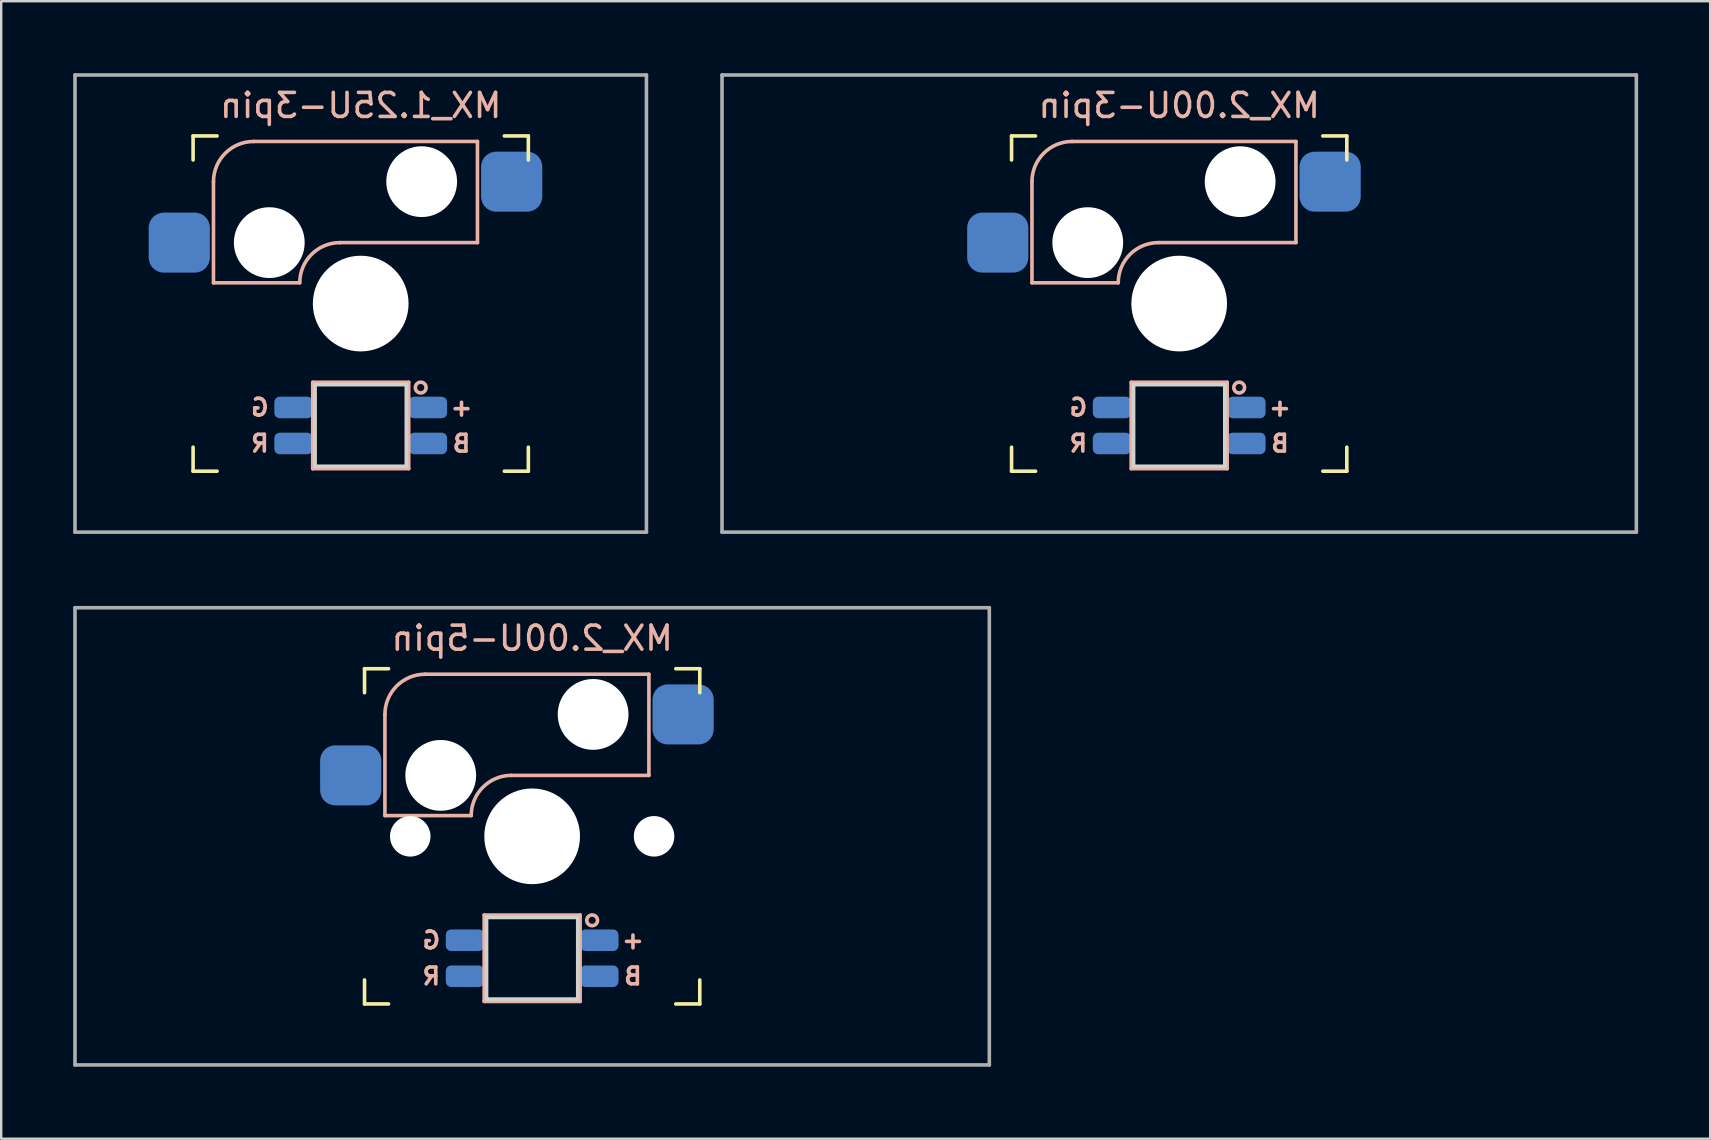
<source format=kicad_pcb>
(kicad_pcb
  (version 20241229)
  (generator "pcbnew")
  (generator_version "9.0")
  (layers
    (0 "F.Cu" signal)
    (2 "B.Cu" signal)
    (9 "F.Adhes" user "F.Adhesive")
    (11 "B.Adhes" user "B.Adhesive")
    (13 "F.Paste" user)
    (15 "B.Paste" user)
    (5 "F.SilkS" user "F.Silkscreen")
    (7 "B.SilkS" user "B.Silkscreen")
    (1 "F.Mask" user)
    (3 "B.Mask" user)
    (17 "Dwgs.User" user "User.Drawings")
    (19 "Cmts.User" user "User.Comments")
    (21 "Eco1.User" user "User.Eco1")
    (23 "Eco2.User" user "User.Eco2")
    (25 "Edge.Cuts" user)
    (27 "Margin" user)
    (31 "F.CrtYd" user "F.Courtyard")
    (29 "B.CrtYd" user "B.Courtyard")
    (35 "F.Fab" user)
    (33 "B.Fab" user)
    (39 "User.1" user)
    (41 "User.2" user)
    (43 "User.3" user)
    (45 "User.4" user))
  (footprint "MX_2.00U-5pin"
    (layer "F.Cu")
    (at 19.125 31.8)
    (property "Reference" "MX_2.00U-5pin" (at 0 -8.255 0) (layer "B.SilkS") (effects (font (size 1 1) (thickness 0.15)) (justify mirror)))
    (attr smd)
    (fp_line (start -6.985 -5.985) (end -6.985 -6.985) (stroke (width 0.15) (type solid)) (layer "F.SilkS"))
    (fp_line (start -6.985 6.985) (end -6.985 5.985) (stroke (width 0.15) (type solid)) (layer "F.SilkS"))
    (fp_line (start -6.985 6.985) (end -5.985 6.985) (stroke (width 0.15) (type solid)) (layer "F.SilkS"))
    (fp_line (start -5.985 -6.985) (end -6.985 -6.985) (stroke (width 0.15) (type solid)) (layer "F.SilkS"))
    (fp_line (start 5.985 6.985) (end 6.985 6.985) (stroke (width 0.15) (type solid)) (layer "F.SilkS"))
    (fp_line (start 6.985 -6.985) (end 5.985 -6.985) (stroke (width 0.15) (type solid)) (layer "F.SilkS"))
    (fp_line (start 6.985 -6.985) (end 6.985 -5.985) (stroke (width 0.15) (type solid)) (layer "F.SilkS"))
    (fp_line (start 6.985 5.985) (end 6.985 6.985) (stroke (width 0.15) (type solid)) (layer "F.SilkS"))
    (fp_line (start -6.135 -5.08) (end -6.135 -0.865) (stroke (width 0.15) (type solid)) (layer "B.SilkS"))
    (fp_line (start -6.135 -0.865) (end -2.54 -0.865) (stroke (width 0.15) (type solid)) (layer "B.SilkS"))
    (fp_line (start -4.46 -6.755) (end 4.865 -6.755) (stroke (width 0.15) (type solid)) (layer "B.SilkS"))
    (fp_line (start -2 3.28) (end -2 6.88) (stroke (width 0.15) (type solid)) (layer "B.SilkS"))
    (fp_line (start -2 6.88) (end 2 6.88) (stroke (width 0.15) (type solid)) (layer "B.SilkS"))
    (fp_line (start -0.865 -2.54) (end 4.865 -2.54) (stroke (width 0.15) (type solid)) (layer "B.SilkS"))
    (fp_line (start 2 3.28) (end -2 3.28) (stroke (width 0.15) (type solid)) (layer "B.SilkS"))
    (fp_line (start 2 6.88) (end 2 3.28) (stroke (width 0.15) (type solid)) (layer "B.SilkS"))
    (fp_line (start 4.865 -6.755) (end 4.865 -2.54) (stroke (width 0.15) (type solid)) (layer "B.SilkS"))
    (fp_arc (start -6.135 -5.08) (mid -5.644404 -6.264404) (end -4.46 -6.755) (stroke (width 0.15) (type solid)) (layer "B.SilkS"))
    (fp_arc (start -2.54 -0.865) (mid -2.049404 -2.049404) (end -0.865 -2.54) (stroke (width 0.15) (type solid)) (layer "B.SilkS"))
    (fp_circle (center 2.5 3.5) (end 2.724 3.5) (stroke (width 0.15) (type solid)) (fill no) (layer "B.SilkS"))
    (fp_line (start -6.985 6.985) (end -6.985 -6.985) (stroke (width 0.15) (type solid)) (layer "Eco2.User"))
    (fp_line (start -6.985 6.985) (end 6.985 6.985) (stroke (width 0.15) (type solid)) (layer "Eco2.User"))
    (fp_line (start 6.985 -6.985) (end -6.985 -6.985) (stroke (width 0.15) (type solid)) (layer "Eco2.User"))
    (fp_line (start 6.985 -6.985) (end 6.985 6.985) (stroke (width 0.15) (type solid)) (layer "Eco2.User"))
    (fp_line (start -1.9 3.38) (end -1.9 6.78) (stroke (width 0.15) (type solid)) (layer "Edge.Cuts"))
    (fp_line (start -1.9 3.38) (end 1.9 3.38) (stroke (width 0.15) (type solid)) (layer "Edge.Cuts"))
    (fp_line (start -1.9 6.78) (end 1.9 6.78) (stroke (width 0.15) (type solid)) (layer "Edge.Cuts"))
    (fp_line (start 1.9 3.38) (end 1.9 6.78) (stroke (width 0.15) (type solid)) (layer "Edge.Cuts"))
    (fp_line (start -19.05 -9.525) (end 19.05 -9.525) (stroke (width 0.15) (type solid)) (layer "F.Fab"))
    (fp_line (start -19.05 9.525) (end -19.05 -9.525) (stroke (width 0.15) (type solid)) (layer "F.Fab"))
    (fp_line (start 19.05 -9.525) (end 19.05 9.525) (stroke (width 0.15) (type solid)) (layer "F.Fab"))
    (fp_line (start 19.05 9.525) (end -19.05 9.525) (stroke (width 0.15) (type solid)) (layer "F.Fab"))
    (fp_text user "B" (at 4.2 5.83 0) (layer "B.SilkS") (effects (font (size 0.7 0.7) (thickness 0.15)) (justify mirror)))
    (fp_text user "R" (at -4.2 5.83 0) (layer "B.SilkS") (effects (font (size 0.7 0.7) (thickness 0.15)) (justify mirror)))
    (fp_text user "+" (at 4.2 4.33 0) (layer "B.SilkS") (effects (font (size 0.7 0.7) (thickness 0.15)) (justify mirror)))
    (fp_text user "G" (at -4.2 4.33 0) (layer "B.SilkS") (effects (font (size 0.7 0.7) (thickness 0.15)) (justify mirror)))
    (pad "" np_thru_hole circle (at -5.08 0) (size 1.688 1.688) (drill 1.688) (layers "*.Cu" "*.Mask"))
    (pad "" np_thru_hole circle (at -3.81 -2.54) (size 2.95 2.95) (drill 2.95) (layers "*.Cu" "*.Mask"))
    (pad "" np_thru_hole circle (at 0 0) (size 3.988 3.988) (drill 3.988) (layers "*.Cu" "*.Mask"))
    (pad "" np_thru_hole circle (at 2.54 -5.08) (size 2.95 2.95) (drill 2.95) (layers "*.Cu" "*.Mask"))
    (pad "" np_thru_hole circle (at 5.08 0) (size 1.688 1.688) (drill 1.688) (layers "*.Cu" "*.Mask"))
    (pad "1" smd roundrect (at 6.29 -5.08) (size 2.55 2.5) (layers "B.Cu" "B.Mask" "B.Paste") (roundrect_rratio 0.25))
    (pad "2" smd roundrect (at -7.56 -2.54) (size 2.55 2.5) (layers "B.Cu" "B.Mask" "B.Paste") (roundrect_rratio 0.25))
    (pad "3" smd roundrect (at 2.8 4.33) (size 1.6 0.9) (layers "B.Cu" "B.Mask" "B.Paste") (roundrect_rratio 0.25))
    (pad "4" smd roundrect (at -2.8 5.83) (size 1.6 0.9) (layers "B.Cu" "B.Mask" "B.Paste") (roundrect_rratio 0.25))
    (pad "5" smd roundrect (at -2.8 4.33) (size 1.6 0.9) (layers "B.Cu" "B.Mask" "B.Paste") (roundrect_rratio 0.25))
    (pad "6" smd roundrect (at 2.8 5.83) (size 1.6 0.9) (layers "B.Cu" "B.Mask" "B.Paste") (roundrect_rratio 0.25)))
  (footprint "MX_1.25U-3pin"
    (layer "F.Cu")
    (at 11.981 9.6)
    (property "Reference" "MX_1.25U-3pin" (at 0 -8.255 0) (layer "B.SilkS") (effects (font (size 1 1) (thickness 0.15)) (justify mirror)))
    (attr smd)
    (fp_line (start -6.985 -5.985) (end -6.985 -6.985) (stroke (width 0.15) (type solid)) (layer "F.SilkS"))
    (fp_line (start -6.985 6.985) (end -6.985 5.985) (stroke (width 0.15) (type solid)) (layer "F.SilkS"))
    (fp_line (start -6.985 6.985) (end -5.985 6.985) (stroke (width 0.15) (type solid)) (layer "F.SilkS"))
    (fp_line (start -5.985 -6.985) (end -6.985 -6.985) (stroke (width 0.15) (type solid)) (layer "F.SilkS"))
    (fp_line (start 5.985 6.985) (end 6.985 6.985) (stroke (width 0.15) (type solid)) (layer "F.SilkS"))
    (fp_line (start 6.985 -6.985) (end 5.985 -6.985) (stroke (width 0.15) (type solid)) (layer "F.SilkS"))
    (fp_line (start 6.985 -6.985) (end 6.985 -5.985) (stroke (width 0.15) (type solid)) (layer "F.SilkS"))
    (fp_line (start 6.985 5.985) (end 6.985 6.985) (stroke (width 0.15) (type solid)) (layer "F.SilkS"))
    (fp_line (start -6.135 -5.08) (end -6.135 -0.865) (stroke (width 0.15) (type solid)) (layer "B.SilkS"))
    (fp_line (start -6.135 -0.865) (end -2.54 -0.865) (stroke (width 0.15) (type solid)) (layer "B.SilkS"))
    (fp_line (start -4.46 -6.755) (end 4.865 -6.755) (stroke (width 0.15) (type solid)) (layer "B.SilkS"))
    (fp_line (start -2 3.28) (end -2 6.88) (stroke (width 0.15) (type solid)) (layer "B.SilkS"))
    (fp_line (start -2 6.88) (end 2 6.88) (stroke (width 0.15) (type solid)) (layer "B.SilkS"))
    (fp_line (start -0.865 -2.54) (end 4.865 -2.54) (stroke (width 0.15) (type solid)) (layer "B.SilkS"))
    (fp_line (start 2 3.28) (end -2 3.28) (stroke (width 0.15) (type solid)) (layer "B.SilkS"))
    (fp_line (start 2 6.88) (end 2 3.28) (stroke (width 0.15) (type solid)) (layer "B.SilkS"))
    (fp_line (start 4.865 -6.755) (end 4.865 -2.54) (stroke (width 0.15) (type solid)) (layer "B.SilkS"))
    (fp_arc (start -6.135 -5.08) (mid -5.644404 -6.264404) (end -4.46 -6.755) (stroke (width 0.15) (type solid)) (layer "B.SilkS"))
    (fp_arc (start -2.54 -0.865) (mid -2.049404 -2.049404) (end -0.865 -2.54) (stroke (width 0.15) (type solid)) (layer "B.SilkS"))
    (fp_circle (center 2.5 3.5) (end 2.724 3.5) (stroke (width 0.15) (type solid)) (fill no) (layer "B.SilkS"))
    (fp_line (start -6.985 6.985) (end -6.985 -6.985) (stroke (width 0.15) (type solid)) (layer "Eco2.User"))
    (fp_line (start -6.985 6.985) (end 6.985 6.985) (stroke (width 0.15) (type solid)) (layer "Eco2.User"))
    (fp_line (start 6.985 -6.985) (end -6.985 -6.985) (stroke (width 0.15) (type solid)) (layer "Eco2.User"))
    (fp_line (start 6.985 -6.985) (end 6.985 6.985) (stroke (width 0.15) (type solid)) (layer "Eco2.User"))
    (fp_line (start -1.9 3.38) (end -1.9 6.78) (stroke (width 0.15) (type solid)) (layer "Edge.Cuts"))
    (fp_line (start -1.9 3.38) (end 1.9 3.38) (stroke (width 0.15) (type solid)) (layer "Edge.Cuts"))
    (fp_line (start -1.9 6.78) (end 1.9 6.78) (stroke (width 0.15) (type solid)) (layer "Edge.Cuts"))
    (fp_line (start 1.9 3.38) (end 1.9 6.78) (stroke (width 0.15) (type solid)) (layer "Edge.Cuts"))
    (fp_line (start -11.906 -9.525) (end 11.906 -9.525) (stroke (width 0.15) (type solid)) (layer "F.Fab"))
    (fp_line (start -11.906 9.525) (end -11.906 -9.525) (stroke (width 0.15) (type solid)) (layer "F.Fab"))
    (fp_line (start 11.906 -9.525) (end 11.906 9.525) (stroke (width 0.15) (type solid)) (layer "F.Fab"))
    (fp_line (start 11.906 9.525) (end -11.906 9.525) (stroke (width 0.15) (type solid)) (layer "F.Fab"))
    (fp_text user "G" (at -4.2 4.33 0) (layer "B.SilkS") (effects (font (size 0.7 0.7) (thickness 0.15)) (justify mirror)))
    (fp_text user "R" (at -4.2 5.83 0) (layer "B.SilkS") (effects (font (size 0.7 0.7) (thickness 0.15)) (justify mirror)))
    (fp_text user "B" (at 4.2 5.83 0) (layer "B.SilkS") (effects (font (size 0.7 0.7) (thickness 0.15)) (justify mirror)))
    (fp_text user "+" (at 4.2 4.33 0) (layer "B.SilkS") (effects (font (size 0.7 0.7) (thickness 0.15)) (justify mirror)))
    (pad "" np_thru_hole circle (at -3.81 -2.54) (size 2.95 2.95) (drill 2.95) (layers "*.Cu" "*.Mask"))
    (pad "" np_thru_hole circle (at 0 0) (size 3.988 3.988) (drill 3.988) (layers "*.Cu" "*.Mask"))
    (pad "" np_thru_hole circle (at 2.54 -5.08) (size 2.95 2.95) (drill 2.95) (layers "*.Cu" "*.Mask"))
    (pad "1" smd roundrect (at 6.29 -5.08) (size 2.55 2.5) (layers "B.Cu" "B.Mask" "B.Paste") (roundrect_rratio 0.25))
    (pad "2" smd roundrect (at -7.56 -2.54) (size 2.55 2.5) (layers "B.Cu" "B.Mask" "B.Paste") (roundrect_rratio 0.25))
    (pad "3" smd roundrect (at 2.8 4.33) (size 1.6 0.9) (layers "B.Cu" "B.Mask" "B.Paste") (roundrect_rratio 0.25))
    (pad "4" smd roundrect (at -2.8 5.83) (size 1.6 0.9) (layers "B.Cu" "B.Mask" "B.Paste") (roundrect_rratio 0.25))
    (pad "5" smd roundrect (at -2.8 4.33) (size 1.6 0.9) (layers "B.Cu" "B.Mask" "B.Paste") (roundrect_rratio 0.25))
    (pad "6" smd roundrect (at 2.8 5.83) (size 1.6 0.9) (layers "B.Cu" "B.Mask" "B.Paste") (roundrect_rratio 0.25)))
  (footprint "MX_2.00U-3pin"
    (layer "F.Cu")
    (at 46.087 9.6)
    (property "Reference" "MX_2.00U-3pin" (at 0 -8.255 0) (layer "B.SilkS") (effects (font (size 1 1) (thickness 0.15)) (justify mirror)))
    (attr smd)
    (fp_line (start -6.985 -5.985) (end -6.985 -6.985) (stroke (width 0.15) (type solid)) (layer "F.SilkS"))
    (fp_line (start -6.985 6.985) (end -6.985 5.985) (stroke (width 0.15) (type solid)) (layer "F.SilkS"))
    (fp_line (start -6.985 6.985) (end -5.985 6.985) (stroke (width 0.15) (type solid)) (layer "F.SilkS"))
    (fp_line (start -5.985 -6.985) (end -6.985 -6.985) (stroke (width 0.15) (type solid)) (layer "F.SilkS"))
    (fp_line (start 5.985 6.985) (end 6.985 6.985) (stroke (width 0.15) (type solid)) (layer "F.SilkS"))
    (fp_line (start 6.985 -6.985) (end 5.985 -6.985) (stroke (width 0.15) (type solid)) (layer "F.SilkS"))
    (fp_line (start 6.985 -6.985) (end 6.985 -5.985) (stroke (width 0.15) (type solid)) (layer "F.SilkS"))
    (fp_line (start 6.985 5.985) (end 6.985 6.985) (stroke (width 0.15) (type solid)) (layer "F.SilkS"))
    (fp_line (start -6.135 -5.08) (end -6.135 -0.865) (stroke (width 0.15) (type solid)) (layer "B.SilkS"))
    (fp_line (start -6.135 -0.865) (end -2.54 -0.865) (stroke (width 0.15) (type solid)) (layer "B.SilkS"))
    (fp_line (start -4.46 -6.755) (end 4.865 -6.755) (stroke (width 0.15) (type solid)) (layer "B.SilkS"))
    (fp_line (start -2 3.28) (end -2 6.88) (stroke (width 0.15) (type solid)) (layer "B.SilkS"))
    (fp_line (start -2 6.88) (end 2 6.88) (stroke (width 0.15) (type solid)) (layer "B.SilkS"))
    (fp_line (start -0.865 -2.54) (end 4.865 -2.54) (stroke (width 0.15) (type solid)) (layer "B.SilkS"))
    (fp_line (start 2 3.28) (end -2 3.28) (stroke (width 0.15) (type solid)) (layer "B.SilkS"))
    (fp_line (start 2 6.88) (end 2 3.28) (stroke (width 0.15) (type solid)) (layer "B.SilkS"))
    (fp_line (start 4.865 -6.755) (end 4.865 -2.54) (stroke (width 0.15) (type solid)) (layer "B.SilkS"))
    (fp_arc (start -6.135 -5.08) (mid -5.644404 -6.264404) (end -4.46 -6.755) (stroke (width 0.15) (type solid)) (layer "B.SilkS"))
    (fp_arc (start -2.54 -0.865) (mid -2.049404 -2.049404) (end -0.865 -2.54) (stroke (width 0.15) (type solid)) (layer "B.SilkS"))
    (fp_circle (center 2.5 3.5) (end 2.724 3.5) (stroke (width 0.15) (type solid)) (fill no) (layer "B.SilkS"))
    (fp_line (start -6.985 6.985) (end -6.985 -6.985) (stroke (width 0.15) (type solid)) (layer "Eco2.User"))
    (fp_line (start -6.985 6.985) (end 6.985 6.985) (stroke (width 0.15) (type solid)) (layer "Eco2.User"))
    (fp_line (start 6.985 -6.985) (end -6.985 -6.985) (stroke (width 0.15) (type solid)) (layer "Eco2.User"))
    (fp_line (start 6.985 -6.985) (end 6.985 6.985) (stroke (width 0.15) (type solid)) (layer "Eco2.User"))
    (fp_line (start -1.9 3.38) (end -1.9 6.78) (stroke (width 0.15) (type solid)) (layer "Edge.Cuts"))
    (fp_line (start -1.9 3.38) (end 1.9 3.38) (stroke (width 0.15) (type solid)) (layer "Edge.Cuts"))
    (fp_line (start -1.9 6.78) (end 1.9 6.78) (stroke (width 0.15) (type solid)) (layer "Edge.Cuts"))
    (fp_line (start 1.9 3.38) (end 1.9 6.78) (stroke (width 0.15) (type solid)) (layer "Edge.Cuts"))
    (fp_line (start -19.05 -9.525) (end 19.05 -9.525) (stroke (width 0.15) (type solid)) (layer "F.Fab"))
    (fp_line (start -19.05 9.525) (end -19.05 -9.525) (stroke (width 0.15) (type solid)) (layer "F.Fab"))
    (fp_line (start 19.05 -9.525) (end 19.05 9.525) (stroke (width 0.15) (type solid)) (layer "F.Fab"))
    (fp_line (start 19.05 9.525) (end -19.05 9.525) (stroke (width 0.15) (type solid)) (layer "F.Fab"))
    (fp_text user "G" (at -4.2 4.33 0) (layer "B.SilkS") (effects (font (size 0.7 0.7) (thickness 0.15)) (justify mirror)))
    (fp_text user "R" (at -4.2 5.83 0) (layer "B.SilkS") (effects (font (size 0.7 0.7) (thickness 0.15)) (justify mirror)))
    (fp_text user "+" (at 4.2 4.33 0) (layer "B.SilkS") (effects (font (size 0.7 0.7) (thickness 0.15)) (justify mirror)))
    (fp_text user "B" (at 4.2 5.83 0) (layer "B.SilkS") (effects (font (size 0.7 0.7) (thickness 0.15)) (justify mirror)))
    (pad "" np_thru_hole circle (at -3.81 -2.54) (size 2.95 2.95) (drill 2.95) (layers "*.Cu" "*.Mask"))
    (pad "" np_thru_hole circle (at 0 0) (size 3.988 3.988) (drill 3.988) (layers "*.Cu" "*.Mask"))
    (pad "" np_thru_hole circle (at 2.54 -5.08) (size 2.95 2.95) (drill 2.95) (layers "*.Cu" "*.Mask"))
    (pad "1" smd roundrect (at 6.29 -5.08) (size 2.55 2.5) (layers "B.Cu" "B.Mask" "B.Paste") (roundrect_rratio 0.25))
    (pad "2" smd roundrect (at -7.56 -2.54) (size 2.55 2.5) (layers "B.Cu" "B.Mask" "B.Paste") (roundrect_rratio 0.25))
    (pad "3" smd roundrect (at 2.8 4.33) (size 1.6 0.9) (layers "B.Cu" "B.Mask" "B.Paste") (roundrect_rratio 0.25))
    (pad "4" smd roundrect (at -2.8 5.83) (size 1.6 0.9) (layers "B.Cu" "B.Mask" "B.Paste") (roundrect_rratio 0.25))
    (pad "5" smd roundrect (at -2.8 4.33) (size 1.6 0.9) (layers "B.Cu" "B.Mask" "B.Paste") (roundrect_rratio 0.25))
    (pad "6" smd roundrect (at 2.8 5.83) (size 1.6 0.9) (layers "B.Cu" "B.Mask" "B.Paste") (roundrect_rratio 0.25)))
  (gr_rect
    (start -3 -3)
    (end 68.213 44.4)
    (stroke (width 0.1) (type default))
    (fill no)
    (layer "Edge.Cuts")))
</source>
